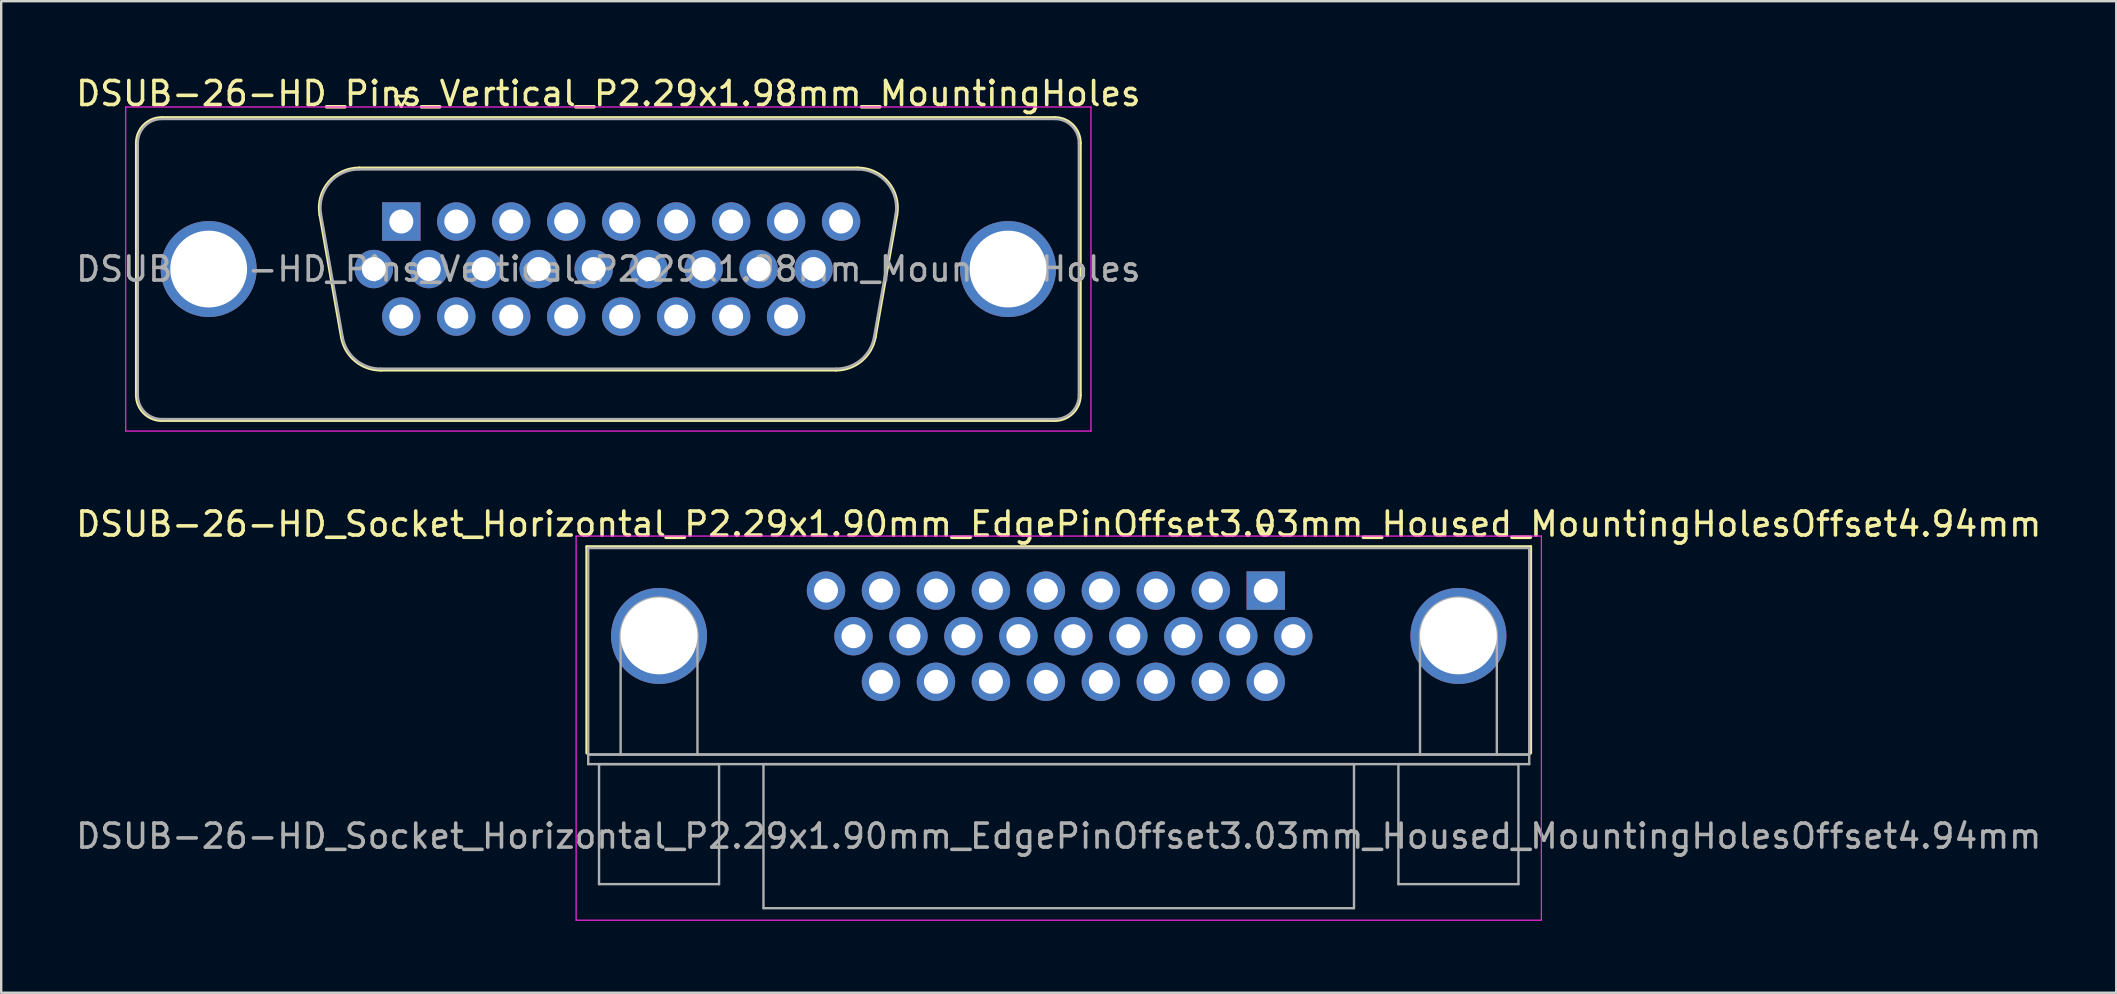
<source format=kicad_pcb>
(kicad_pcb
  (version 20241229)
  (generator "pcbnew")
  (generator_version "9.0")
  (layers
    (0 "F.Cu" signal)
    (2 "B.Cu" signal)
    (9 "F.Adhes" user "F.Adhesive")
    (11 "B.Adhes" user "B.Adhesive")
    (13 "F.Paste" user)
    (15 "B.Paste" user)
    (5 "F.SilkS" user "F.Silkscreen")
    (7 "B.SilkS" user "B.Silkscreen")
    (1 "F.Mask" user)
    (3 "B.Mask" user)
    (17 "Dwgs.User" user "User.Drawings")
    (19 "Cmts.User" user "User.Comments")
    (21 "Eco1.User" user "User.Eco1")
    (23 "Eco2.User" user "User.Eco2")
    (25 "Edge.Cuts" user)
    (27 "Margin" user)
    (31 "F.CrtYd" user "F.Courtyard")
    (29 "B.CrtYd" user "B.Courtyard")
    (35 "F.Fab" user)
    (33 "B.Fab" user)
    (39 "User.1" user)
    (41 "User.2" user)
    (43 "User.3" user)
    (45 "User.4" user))
  (footprint "DSUB-26-HD_Pins_Vertical_P2.29x1.98mm_MountingHoles"
    (layer "F.Cu")
    (at 13.667 6.178)
    (property "Reference" "DSUB-26-HD_Pins_Vertical_P2.29x1.98mm_MountingHoles" (at 8.625 -5.33 0) (layer "F.SilkS") (effects (font (size 1 1) (thickness 0.15))))
    (attr through_hole)
    (fp_line (start -11.035 7.23) (end -11.035 -3.27) (stroke (width 0.12) (type solid)) (layer "F.SilkS"))
    (fp_line (start -9.975 -4.33) (end 27.225 -4.33) (stroke (width 0.12) (type solid)) (layer "F.SilkS"))
    (fp_line (start -2.492 4.818) (end -3.391 -0.282) (stroke (width 0.12) (type solid)) (layer "F.SilkS"))
    (fp_line (start -1.757 -2.23) (end 19.007 -2.23) (stroke (width 0.12) (type solid)) (layer "F.SilkS"))
    (fp_line (start -0.25 -5.224) (end 0.25 -5.224) (stroke (width 0.12) (type solid)) (layer "F.SilkS"))
    (fp_line (start 0 -4.791) (end -0.25 -5.224) (stroke (width 0.12) (type solid)) (layer "F.SilkS"))
    (fp_line (start 0.25 -5.224) (end 0 -4.791) (stroke (width 0.12) (type solid)) (layer "F.SilkS"))
    (fp_line (start 18.107 6.19) (end -0.857 6.19) (stroke (width 0.12) (type solid)) (layer "F.SilkS"))
    (fp_line (start 20.641 -0.282) (end 19.742 4.818) (stroke (width 0.12) (type solid)) (layer "F.SilkS"))
    (fp_line (start 27.225 8.29) (end -9.975 8.29) (stroke (width 0.12) (type solid)) (layer "F.SilkS"))
    (fp_line (start 28.285 -3.27) (end 28.285 7.23) (stroke (width 0.12) (type solid)) (layer "F.SilkS"))
    (fp_arc (start -11.035 -3.27) (mid -10.724533 -4.019533) (end -9.975 -4.33) (stroke (width 0.12) (type solid)) (layer "F.SilkS"))
    (fp_arc (start -9.975 8.29) (mid -10.724533 7.979533) (end -11.035 7.23) (stroke (width 0.12) (type solid)) (layer "F.SilkS"))
    (fp_arc (start -3.39147 -0.281744) (mid -3.028323 -1.637027) (end -1.756689 -2.23) (stroke (width 0.12) (type solid)) (layer "F.SilkS"))
    (fp_arc (start -0.857421 6.19) (mid -1.924449 5.801634) (end -2.492202 4.818256) (stroke (width 0.12) (type solid)) (layer "F.SilkS"))
    (fp_arc (start 19.006689 -2.23) (mid 20.278323 -1.637027) (end 20.64147 -0.281744) (stroke (width 0.12) (type solid)) (layer "F.SilkS"))
    (fp_arc (start 19.742202 4.818256) (mid 19.174449 5.801634) (end 18.107421 6.19) (stroke (width 0.12) (type solid)) (layer "F.SilkS"))
    (fp_arc (start 27.225 -4.33) (mid 27.974533 -4.019533) (end 28.285 -3.27) (stroke (width 0.12) (type solid)) (layer "F.SilkS"))
    (fp_arc (start 28.285 7.23) (mid 27.974533 7.979533) (end 27.225 8.29) (stroke (width 0.12) (type solid)) (layer "F.SilkS"))
    (fp_line (start -11.48 -4.77) (end -11.48 8.73) (stroke (width 0.05) (type solid)) (layer "F.CrtYd"))
    (fp_line (start -11.48 8.73) (end 28.73 8.73) (stroke (width 0.05) (type solid)) (layer "F.CrtYd"))
    (fp_line (start 28.73 -4.77) (end -11.48 -4.77) (stroke (width 0.05) (type solid)) (layer "F.CrtYd"))
    (fp_line (start 28.73 8.73) (end 28.73 -4.77) (stroke (width 0.05) (type solid)) (layer "F.CrtYd"))
    (fp_line (start -10.975 7.23) (end -10.975 -3.27) (stroke (width 0.1) (type solid)) (layer "F.Fab"))
    (fp_line (start -9.975 -4.27) (end 27.225 -4.27) (stroke (width 0.1) (type solid)) (layer "F.Fab"))
    (fp_line (start -2.445 4.808) (end -3.344 -0.292) (stroke (width 0.1) (type solid)) (layer "F.Fab"))
    (fp_line (start -1.768 -2.17) (end 19.018 -2.17) (stroke (width 0.1) (type solid)) (layer "F.Fab"))
    (fp_line (start 18.119 6.13) (end -0.869 6.13) (stroke (width 0.1) (type solid)) (layer "F.Fab"))
    (fp_line (start 20.594 -0.292) (end 19.695 4.808) (stroke (width 0.1) (type solid)) (layer "F.Fab"))
    (fp_line (start 27.225 8.23) (end -9.975 8.23) (stroke (width 0.1) (type solid)) (layer "F.Fab"))
    (fp_line (start 28.225 -3.27) (end 28.225 7.23) (stroke (width 0.1) (type solid)) (layer "F.Fab"))
    (fp_arc (start -10.975 -3.27) (mid -10.682107 -3.977107) (end -9.975 -4.27) (stroke (width 0.1) (type solid)) (layer "F.Fab"))
    (fp_arc (start -9.975 8.23) (mid -10.682107 7.937107) (end -10.975 7.23) (stroke (width 0.1) (type solid)) (layer "F.Fab"))
    (fp_arc (start -3.343887 -0.292163) (mid -2.993865 -1.59846) (end -1.768194 -2.17) (stroke (width 0.1) (type solid)) (layer "F.Fab"))
    (fp_arc (start -0.868927 6.13) (mid -1.897387 5.755671) (end -2.444619 4.807837) (stroke (width 0.1) (type solid)) (layer "F.Fab"))
    (fp_arc (start 19.018194 -2.17) (mid 20.243865 -1.59846) (end 20.593887 -0.292163) (stroke (width 0.1) (type solid)) (layer "F.Fab"))
    (fp_arc (start 19.694619 4.807837) (mid 19.147387 5.755671) (end 18.118927 6.13) (stroke (width 0.1) (type solid)) (layer "F.Fab"))
    (fp_arc (start 27.225 -4.27) (mid 27.932107 -3.977107) (end 28.225 -3.27) (stroke (width 0.1) (type solid)) (layer "F.Fab"))
    (fp_arc (start 28.225 7.23) (mid 27.932107 7.937107) (end 27.225 8.23) (stroke (width 0.1) (type solid)) (layer "F.Fab"))
    (fp_text user "${REFERENCE}" (at 8.625 1.98 0) (layer "F.Fab") (effects (font (size 1 1) (thickness 0.15))))
    (pad "0" thru_hole circle (at -8.025 1.98) (size 4 4) (drill 3.2) (layers "*.Cu" "*.Mask"))
    (pad "0" thru_hole circle (at 25.275 1.98) (size 4 4) (drill 3.2) (layers "*.Cu" "*.Mask"))
    (pad "1" thru_hole rect (at 0 0) (size 1.6 1.6) (drill 1) (layers "*.Cu" "*.Mask"))
    (pad "2" thru_hole circle (at 2.29 0) (size 1.6 1.6) (drill 1) (layers "*.Cu" "*.Mask"))
    (pad "3" thru_hole circle (at 4.58 0) (size 1.6 1.6) (drill 1) (layers "*.Cu" "*.Mask"))
    (pad "4" thru_hole circle (at 6.87 0) (size 1.6 1.6) (drill 1) (layers "*.Cu" "*.Mask"))
    (pad "5" thru_hole circle (at 9.16 0) (size 1.6 1.6) (drill 1) (layers "*.Cu" "*.Mask"))
    (pad "6" thru_hole circle (at 11.45 0) (size 1.6 1.6) (drill 1) (layers "*.Cu" "*.Mask"))
    (pad "7" thru_hole circle (at 13.74 0) (size 1.6 1.6) (drill 1) (layers "*.Cu" "*.Mask"))
    (pad "8" thru_hole circle (at 16.03 0) (size 1.6 1.6) (drill 1) (layers "*.Cu" "*.Mask"))
    (pad "9" thru_hole circle (at 18.32 0) (size 1.6 1.6) (drill 1) (layers "*.Cu" "*.Mask"))
    (pad "10" thru_hole circle (at -1.145 1.98) (size 1.6 1.6) (drill 1) (layers "*.Cu" "*.Mask"))
    (pad "11" thru_hole circle (at 1.145 1.98) (size 1.6 1.6) (drill 1) (layers "*.Cu" "*.Mask"))
    (pad "12" thru_hole circle (at 3.435 1.98) (size 1.6 1.6) (drill 1) (layers "*.Cu" "*.Mask"))
    (pad "13" thru_hole circle (at 5.725 1.98) (size 1.6 1.6) (drill 1) (layers "*.Cu" "*.Mask"))
    (pad "14" thru_hole circle (at 8.015 1.98) (size 1.6 1.6) (drill 1) (layers "*.Cu" "*.Mask"))
    (pad "15" thru_hole circle (at 10.305 1.98) (size 1.6 1.6) (drill 1) (layers "*.Cu" "*.Mask"))
    (pad "16" thru_hole circle (at 12.595 1.98) (size 1.6 1.6) (drill 1) (layers "*.Cu" "*.Mask"))
    (pad "17" thru_hole circle (at 14.885 1.98) (size 1.6 1.6) (drill 1) (layers "*.Cu" "*.Mask"))
    (pad "18" thru_hole circle (at 17.175 1.98) (size 1.6 1.6) (drill 1) (layers "*.Cu" "*.Mask"))
    (pad "19" thru_hole circle (at 0 3.96) (size 1.6 1.6) (drill 1) (layers "*.Cu" "*.Mask"))
    (pad "20" thru_hole circle (at 2.29 3.96) (size 1.6 1.6) (drill 1) (layers "*.Cu" "*.Mask"))
    (pad "21" thru_hole circle (at 4.58 3.96) (size 1.6 1.6) (drill 1) (layers "*.Cu" "*.Mask"))
    (pad "22" thru_hole circle (at 6.87 3.96) (size 1.6 1.6) (drill 1) (layers "*.Cu" "*.Mask"))
    (pad "23" thru_hole circle (at 9.16 3.96) (size 1.6 1.6) (drill 1) (layers "*.Cu" "*.Mask"))
    (pad "24" thru_hole circle (at 11.45 3.96) (size 1.6 1.6) (drill 1) (layers "*.Cu" "*.Mask"))
    (pad "25" thru_hole circle (at 13.74 3.96) (size 1.6 1.6) (drill 1) (layers "*.Cu" "*.Mask"))
    (pad "26" thru_hole circle (at 16.03 3.96) (size 1.6 1.6) (drill 1) (layers "*.Cu" "*.Mask")))
  (footprint "DSUB-26-HD_Socket_Horizontal_P2.29x1.90mm_EdgePinOffset3.03mm_Housed_MountingHolesOffset4.94mm"
    (layer "F.Cu")
    (at 49.679 21.552)
    (property "Reference" "DSUB-26-HD_Socket_Horizontal_P2.29x1.90mm_EdgePinOffset3.03mm_Housed_MountingHolesOffset4.94mm" (at -8.625 -2.77 0) (layer "F.SilkS") (effects (font (size 1 1) (thickness 0.15))))
    (attr through_hole)
    (fp_line (start -28.285 -1.83) (end 11.035 -1.83) (stroke (width 0.12) (type solid)) (layer "F.SilkS"))
    (fp_line (start -28.285 6.77) (end -28.285 -1.83) (stroke (width 0.12) (type solid)) (layer "F.SilkS"))
    (fp_line (start -0.25 -2.724) (end 0.25 -2.724) (stroke (width 0.12) (type solid)) (layer "F.SilkS"))
    (fp_line (start 0 -2.291) (end -0.25 -2.724) (stroke (width 0.12) (type solid)) (layer "F.SilkS"))
    (fp_line (start 0.25 -2.724) (end 0 -2.291) (stroke (width 0.12) (type solid)) (layer "F.SilkS"))
    (fp_line (start 11.035 -1.83) (end 11.035 6.77) (stroke (width 0.12) (type solid)) (layer "F.SilkS"))
    (fp_line (start -28.73 -2.27) (end -28.73 13.73) (stroke (width 0.05) (type solid)) (layer "F.CrtYd"))
    (fp_line (start -28.73 13.73) (end 11.48 13.73) (stroke (width 0.05) (type solid)) (layer "F.CrtYd"))
    (fp_line (start 11.48 -2.27) (end -28.73 -2.27) (stroke (width 0.05) (type solid)) (layer "F.CrtYd"))
    (fp_line (start 11.48 13.73) (end 11.48 -2.27) (stroke (width 0.05) (type solid)) (layer "F.CrtYd"))
    (fp_line (start -28.225 -1.77) (end -28.225 6.83) (stroke (width 0.1) (type solid)) (layer "F.Fab"))
    (fp_line (start -28.225 6.83) (end -28.225 7.23) (stroke (width 0.1) (type solid)) (layer "F.Fab"))
    (fp_line (start -28.225 6.83) (end 10.975 6.83) (stroke (width 0.1) (type solid)) (layer "F.Fab"))
    (fp_line (start -28.225 7.23) (end 10.975 7.23) (stroke (width 0.1) (type solid)) (layer "F.Fab"))
    (fp_line (start -27.775 7.23) (end -27.775 12.23) (stroke (width 0.1) (type solid)) (layer "F.Fab"))
    (fp_line (start -27.775 12.23) (end -22.775 12.23) (stroke (width 0.1) (type solid)) (layer "F.Fab"))
    (fp_line (start -26.875 6.83) (end -26.875 1.89) (stroke (width 0.1) (type solid)) (layer "F.Fab"))
    (fp_line (start -23.675 6.83) (end -23.675 1.89) (stroke (width 0.1) (type solid)) (layer "F.Fab"))
    (fp_line (start -22.775 7.23) (end -27.775 7.23) (stroke (width 0.1) (type solid)) (layer "F.Fab"))
    (fp_line (start -22.775 12.23) (end -22.775 7.23) (stroke (width 0.1) (type solid)) (layer "F.Fab"))
    (fp_line (start -20.925 7.23) (end -20.925 13.23) (stroke (width 0.1) (type solid)) (layer "F.Fab"))
    (fp_line (start -20.925 13.23) (end 3.675 13.23) (stroke (width 0.1) (type solid)) (layer "F.Fab"))
    (fp_line (start 3.675 7.23) (end -20.925 7.23) (stroke (width 0.1) (type solid)) (layer "F.Fab"))
    (fp_line (start 3.675 13.23) (end 3.675 7.23) (stroke (width 0.1) (type solid)) (layer "F.Fab"))
    (fp_line (start 5.525 7.23) (end 5.525 12.23) (stroke (width 0.1) (type solid)) (layer "F.Fab"))
    (fp_line (start 5.525 12.23) (end 10.525 12.23) (stroke (width 0.1) (type solid)) (layer "F.Fab"))
    (fp_line (start 6.425 6.83) (end 6.425 1.89) (stroke (width 0.1) (type solid)) (layer "F.Fab"))
    (fp_line (start 9.625 6.83) (end 9.625 1.89) (stroke (width 0.1) (type solid)) (layer "F.Fab"))
    (fp_line (start 10.525 7.23) (end 5.525 7.23) (stroke (width 0.1) (type solid)) (layer "F.Fab"))
    (fp_line (start 10.525 12.23) (end 10.525 7.23) (stroke (width 0.1) (type solid)) (layer "F.Fab"))
    (fp_line (start 10.975 -1.77) (end -28.225 -1.77) (stroke (width 0.1) (type solid)) (layer "F.Fab"))
    (fp_line (start 10.975 6.83) (end -28.225 6.83) (stroke (width 0.1) (type solid)) (layer "F.Fab"))
    (fp_line (start 10.975 6.83) (end 10.975 -1.77) (stroke (width 0.1) (type solid)) (layer "F.Fab"))
    (fp_line (start 10.975 7.23) (end 10.975 6.83) (stroke (width 0.1) (type solid)) (layer "F.Fab"))
    (fp_arc (start -26.875 1.89) (mid -25.275 0.29) (end -23.675 1.89) (stroke (width 0.1) (type solid)) (layer "F.Fab"))
    (fp_arc (start 6.425 1.89) (mid 8.025 0.29) (end 9.625 1.89) (stroke (width 0.1) (type solid)) (layer "F.Fab"))
    (fp_text user "${REFERENCE}" (at -8.625 10.23 0) (layer "F.Fab") (effects (font (size 1 1) (thickness 0.15))))
    (pad "0" thru_hole circle (at -25.275 1.89) (size 4 4) (drill 3.2) (layers "*.Cu" "*.Mask"))
    (pad "0" thru_hole circle (at 8.025 1.89) (size 4 4) (drill 3.2) (layers "*.Cu" "*.Mask"))
    (pad "1" thru_hole rect (at 0 0) (size 1.6 1.6) (drill 1) (layers "*.Cu" "*.Mask"))
    (pad "2" thru_hole circle (at -2.29 0) (size 1.6 1.6) (drill 1) (layers "*.Cu" "*.Mask"))
    (pad "3" thru_hole circle (at -4.58 0) (size 1.6 1.6) (drill 1) (layers "*.Cu" "*.Mask"))
    (pad "4" thru_hole circle (at -6.87 0) (size 1.6 1.6) (drill 1) (layers "*.Cu" "*.Mask"))
    (pad "5" thru_hole circle (at -9.16 0) (size 1.6 1.6) (drill 1) (layers "*.Cu" "*.Mask"))
    (pad "6" thru_hole circle (at -11.45 0) (size 1.6 1.6) (drill 1) (layers "*.Cu" "*.Mask"))
    (pad "7" thru_hole circle (at -13.74 0) (size 1.6 1.6) (drill 1) (layers "*.Cu" "*.Mask"))
    (pad "8" thru_hole circle (at -16.03 0) (size 1.6 1.6) (drill 1) (layers "*.Cu" "*.Mask"))
    (pad "9" thru_hole circle (at -18.32 0) (size 1.6 1.6) (drill 1) (layers "*.Cu" "*.Mask"))
    (pad "10" thru_hole circle (at 1.145 1.9) (size 1.6 1.6) (drill 1) (layers "*.Cu" "*.Mask"))
    (pad "11" thru_hole circle (at -1.145 1.9) (size 1.6 1.6) (drill 1) (layers "*.Cu" "*.Mask"))
    (pad "12" thru_hole circle (at -3.435 1.9) (size 1.6 1.6) (drill 1) (layers "*.Cu" "*.Mask"))
    (pad "13" thru_hole circle (at -5.725 1.9) (size 1.6 1.6) (drill 1) (layers "*.Cu" "*.Mask"))
    (pad "14" thru_hole circle (at -8.015 1.9) (size 1.6 1.6) (drill 1) (layers "*.Cu" "*.Mask"))
    (pad "15" thru_hole circle (at -10.305 1.9) (size 1.6 1.6) (drill 1) (layers "*.Cu" "*.Mask"))
    (pad "16" thru_hole circle (at -12.595 1.9) (size 1.6 1.6) (drill 1) (layers "*.Cu" "*.Mask"))
    (pad "17" thru_hole circle (at -14.885 1.9) (size 1.6 1.6) (drill 1) (layers "*.Cu" "*.Mask"))
    (pad "18" thru_hole circle (at -17.175 1.9) (size 1.6 1.6) (drill 1) (layers "*.Cu" "*.Mask"))
    (pad "19" thru_hole circle (at 0 3.8) (size 1.6 1.6) (drill 1) (layers "*.Cu" "*.Mask"))
    (pad "20" thru_hole circle (at -2.29 3.8) (size 1.6 1.6) (drill 1) (layers "*.Cu" "*.Mask"))
    (pad "21" thru_hole circle (at -4.58 3.8) (size 1.6 1.6) (drill 1) (layers "*.Cu" "*.Mask"))
    (pad "22" thru_hole circle (at -6.87 3.8) (size 1.6 1.6) (drill 1) (layers "*.Cu" "*.Mask"))
    (pad "23" thru_hole circle (at -9.16 3.8) (size 1.6 1.6) (drill 1) (layers "*.Cu" "*.Mask"))
    (pad "24" thru_hole circle (at -11.45 3.8) (size 1.6 1.6) (drill 1) (layers "*.Cu" "*.Mask"))
    (pad "25" thru_hole circle (at -13.74 3.8) (size 1.6 1.6) (drill 1) (layers "*.Cu" "*.Mask"))
    (pad "26" thru_hole circle (at -16.03 3.8) (size 1.6 1.6) (drill 1) (layers "*.Cu" "*.Mask")))
  (gr_rect
    (start -3 -3)
    (end 85.107 38.306)
    (stroke (width 0.1) (type default))
    (fill no)
    (layer "Edge.Cuts")))
</source>
